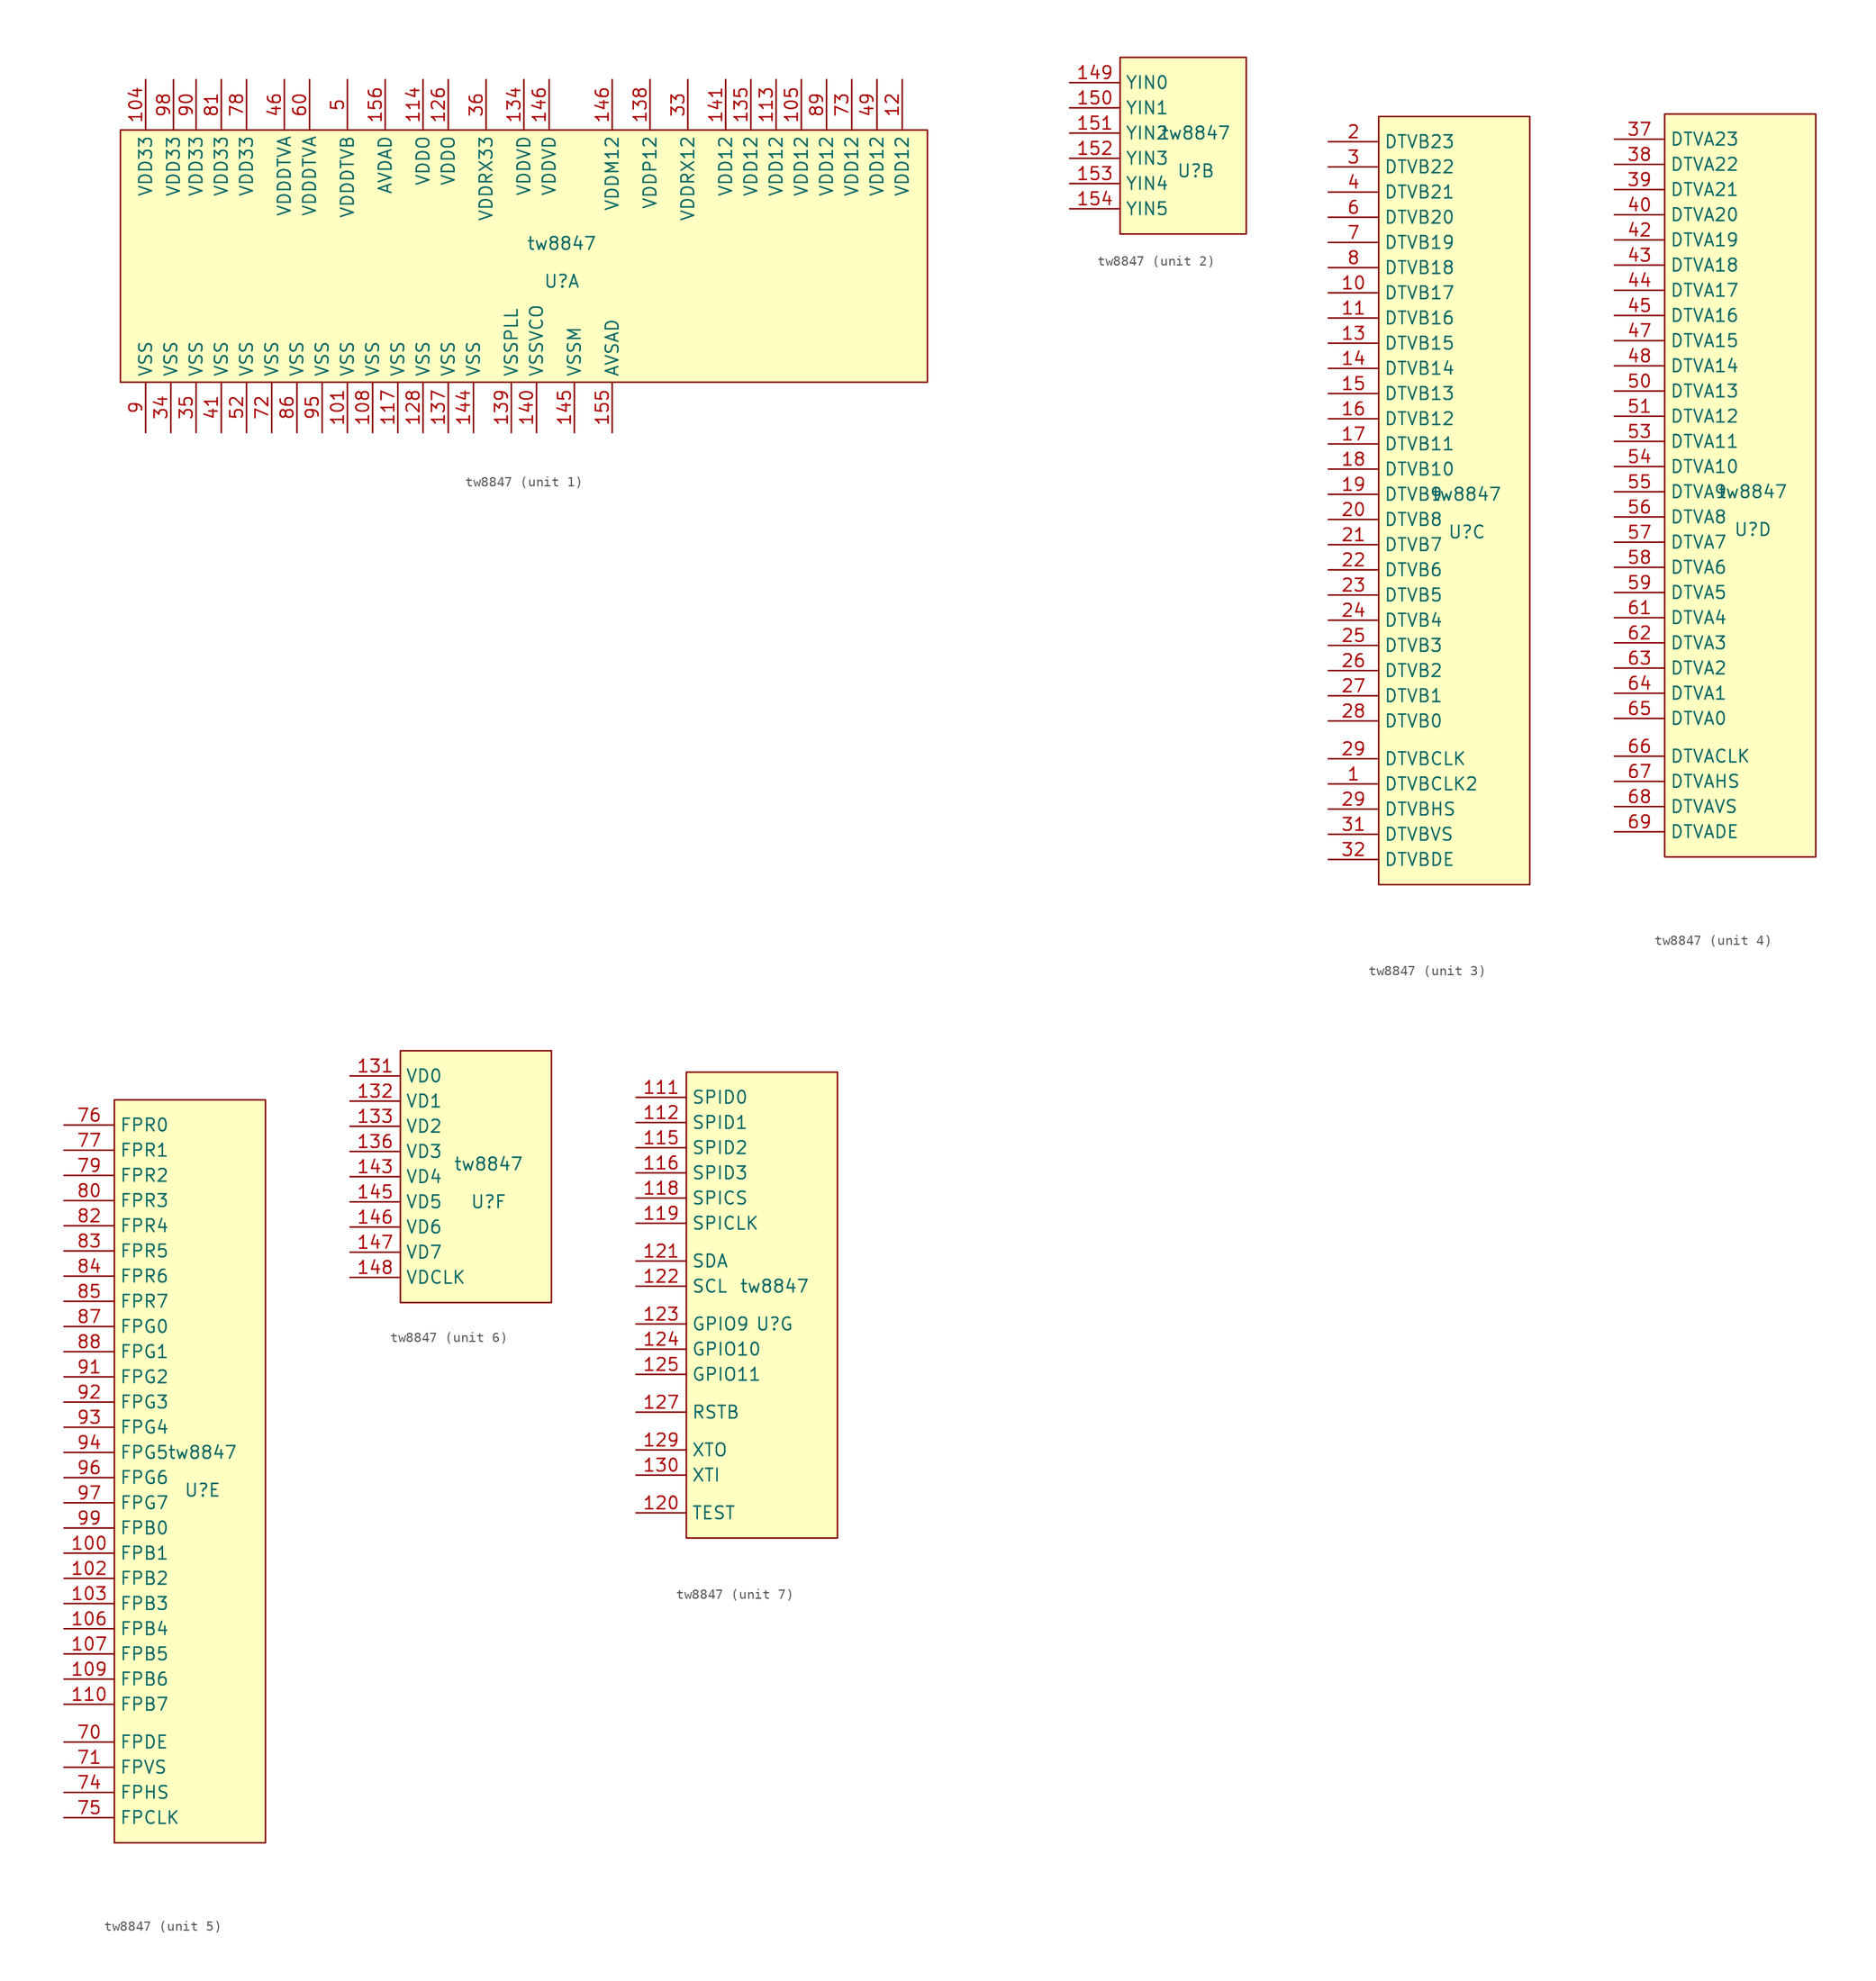
<source format=kicad_sym>
(kicad_symbol_lib
  (version 20220914)
  (generator kicad_symbol_editor)
  (symbol "tw8847"
    (property "Reference" "U"
      (at 1.27 -2.54 0)
      (effects (font (size 1.27 1.27))))
    (property "Value" "tw8847"
      (at 1.27 1.27 0)
      (effects (font (size 1.27 1.27))))
    (property "ki_locked" ""
      (at 0 0 0)
      (effects (font (size 1.27 1.27))))
    (symbol "tw8847_1_1"
      (rectangle (start -43.18 12.7) (end 38.1 -12.7) (stroke (width 0) (type default)) (fill (type background)))
      (pin power_in line (at -20.32 -17.78 90) (length 5.08) (name "VSS" (effects (font (size 1.27 1.27)))) (number "101" (effects (font (size 1.27 1.27)))))
      (pin power_in line (at -40.64 17.78 270) (length 5.08) (name "VDD33" (effects (font (size 1.27 1.27)))) (number "104" (effects (font (size 1.27 1.27)))))
      (pin power_in line (at 25.4 17.78 270) (length 5.08) (name "VDD12" (effects (font (size 1.27 1.27)))) (number "105" (effects (font (size 1.27 1.27)))))
      (pin power_in line (at -17.78 -17.78 90) (length 5.08) (name "VSS" (effects (font (size 1.27 1.27)))) (number "108" (effects (font (size 1.27 1.27)))))
      (pin power_in line (at 22.86 17.78 270) (length 5.08) (name "VDD12" (effects (font (size 1.27 1.27)))) (number "113" (effects (font (size 1.27 1.27)))))
      (pin power_in line (at -12.7 17.78 270) (length 5.08) (name "VDDO" (effects (font (size 1.27 1.27)))) (number "114" (effects (font (size 1.27 1.27)))))
      (pin power_in line (at -15.24 -17.78 90) (length 5.08) (name "VSS" (effects (font (size 1.27 1.27)))) (number "117" (effects (font (size 1.27 1.27)))))
      (pin power_in line (at 35.56 17.78 270) (length 5.08) (name "VDD12" (effects (font (size 1.27 1.27)))) (number "12" (effects (font (size 1.27 1.27)))))
      (pin power_in line (at -10.16 17.78 270) (length 5.08) (name "VDDO" (effects (font (size 1.27 1.27)))) (number "126" (effects (font (size 1.27 1.27)))))
      (pin power_in line (at -12.7 -17.78 90) (length 5.08) (name "VSS" (effects (font (size 1.27 1.27)))) (number "128" (effects (font (size 1.27 1.27)))))
      (pin power_in line (at -2.54 17.78 270) (length 5.08) (name "VDDVD" (effects (font (size 1.27 1.27)))) (number "134" (effects (font (size 1.27 1.27)))))
      (pin power_in line (at 20.32 17.78 270) (length 5.08) (name "VDD12" (effects (font (size 1.27 1.27)))) (number "135" (effects (font (size 1.27 1.27)))))
      (pin power_in line (at -10.16 -17.78 90) (length 5.08) (name "VSS" (effects (font (size 1.27 1.27)))) (number "137" (effects (font (size 1.27 1.27)))))
      (pin power_in line (at 10.16 17.78 270) (length 5.08) (name "VDDP12" (effects (font (size 1.27 1.27)))) (number "138" (effects (font (size 1.27 1.27)))))
      (pin power_in line (at -3.81 -17.78 90) (length 5.08) (name "VSSPLL" (effects (font (size 1.27 1.27)))) (number "139" (effects (font (size 1.27 1.27)))))
      (pin power_in line (at -1.27 -17.78 90) (length 5.08) (name "VSSVCO" (effects (font (size 1.27 1.27)))) (number "140" (effects (font (size 1.27 1.27)))))
      (pin power_in line (at 17.78 17.78 270) (length 5.08) (name "VDD12" (effects (font (size 1.27 1.27)))) (number "141" (effects (font (size 1.27 1.27)))))
      (pin power_in line (at -7.62 -17.78 90) (length 5.08) (name "VSS" (effects (font (size 1.27 1.27)))) (number "144" (effects (font (size 1.27 1.27)))))
      (pin power_in line (at 2.54 -17.78 90) (length 5.08) (name "VSSM" (effects (font (size 1.27 1.27)))) (number "145" (effects (font (size 1.27 1.27)))))
      (pin power_in line (at 6.35 17.78 270) (length 5.08) (name "VDDM12" (effects (font (size 1.27 1.27)))) (number "146" (effects (font (size 1.27 1.27)))))
      (pin power_in line (at 0 17.78 270) (length 5.08) (name "VDDVD" (effects (font (size 1.27 1.27)))) (number "146" (effects (font (size 1.27 1.27)))))
      (pin power_in line (at 6.35 -17.78 90) (length 5.08) (name "AVSAD" (effects (font (size 1.27 1.27)))) (number "155" (effects (font (size 1.27 1.27)))))
      (pin power_in line (at -16.51 17.78 270) (length 5.08) (name "AVDAD" (effects (font (size 1.27 1.27)))) (number "156" (effects (font (size 1.27 1.27)))))
      (pin power_in line (at 13.97 17.78 270) (length 5.08) (name "VDDRX12" (effects (font (size 1.27 1.27)))) (number "33" (effects (font (size 1.27 1.27)))))
      (pin power_in line (at -38.1 -17.78 90) (length 5.08) (name "VSS" (effects (font (size 1.27 1.27)))) (number "34" (effects (font (size 1.27 1.27)))))
      (pin power_in line (at -35.56 -17.78 90) (length 5.08) (name "VSS" (effects (font (size 1.27 1.27)))) (number "35" (effects (font (size 1.27 1.27)))))
      (pin power_in line (at -6.35 17.78 270) (length 5.08) (name "VDDRX33" (effects (font (size 1.27 1.27)))) (number "36" (effects (font (size 1.27 1.27)))))
      (pin power_in line (at -33.02 -17.78 90) (length 5.08) (name "VSS" (effects (font (size 1.27 1.27)))) (number "41" (effects (font (size 1.27 1.27)))))
      (pin power_in line (at -26.67 17.78 270) (length 5.08) (name "VDDDTVA" (effects (font (size 1.27 1.27)))) (number "46" (effects (font (size 1.27 1.27)))))
      (pin power_in line (at 33.02 17.78 270) (length 5.08) (name "VDD12" (effects (font (size 1.27 1.27)))) (number "49" (effects (font (size 1.27 1.27)))))
      (pin power_in line (at -20.32 17.78 270) (length 5.08) (name "VDDDTVB" (effects (font (size 1.27 1.27)))) (number "5" (effects (font (size 1.27 1.27)))))
      (pin power_in line (at -30.48 -17.78 90) (length 5.08) (name "VSS" (effects (font (size 1.27 1.27)))) (number "52" (effects (font (size 1.27 1.27)))))
      (pin power_in line (at -24.13 17.78 270) (length 5.08) (name "VDDDTVA" (effects (font (size 1.27 1.27)))) (number "60" (effects (font (size 1.27 1.27)))))
      (pin power_in line (at -27.94 -17.78 90) (length 5.08) (name "VSS" (effects (font (size 1.27 1.27)))) (number "72" (effects (font (size 1.27 1.27)))))
      (pin power_in line (at 30.48 17.78 270) (length 5.08) (name "VDD12" (effects (font (size 1.27 1.27)))) (number "73" (effects (font (size 1.27 1.27)))))
      (pin power_in line (at -30.48 17.78 270) (length 5.08) (name "VDD33" (effects (font (size 1.27 1.27)))) (number "78" (effects (font (size 1.27 1.27)))))
      (pin power_in line (at -33.02 17.78 270) (length 5.08) (name "VDD33" (effects (font (size 1.27 1.27)))) (number "81" (effects (font (size 1.27 1.27)))))
      (pin power_in line (at -25.4 -17.78 90) (length 5.08) (name "VSS" (effects (font (size 1.27 1.27)))) (number "86" (effects (font (size 1.27 1.27)))))
      (pin power_in line (at 27.94 17.78 270) (length 5.08) (name "VDD12" (effects (font (size 1.27 1.27)))) (number "89" (effects (font (size 1.27 1.27)))))
      (pin power_in line (at -40.64 -17.78 90) (length 5.08) (name "VSS" (effects (font (size 1.27 1.27)))) (number "9" (effects (font (size 1.27 1.27)))))
      (pin power_in line (at -35.56 17.78 270) (length 5.08) (name "VDD33" (effects (font (size 1.27 1.27)))) (number "90" (effects (font (size 1.27 1.27)))))
      (pin power_in line (at -22.86 -17.78 90) (length 5.08) (name "VSS" (effects (font (size 1.27 1.27)))) (number "95" (effects (font (size 1.27 1.27)))))
      (pin power_in line (at -37.835 17.764 270) (length 5.08) (name "VDD33" (effects (font (size 1.27 1.27)))) (number "98" (effects (font (size 1.27 1.27))))))
    (symbol "tw8847_2_1"
      (rectangle (start -6.35 8.89) (end 6.35 -8.89) (stroke (width 0) (type default)) (fill (type background)))
      (pin input line (at -11.43 6.35 0) (length 5.08) (name "YIN0" (effects (font (size 1.27 1.27)))) (number "149" (effects (font (size 1.27 1.27)))))
      (pin input line (at -11.43 3.81 0) (length 5.08) (name "YIN1" (effects (font (size 1.27 1.27)))) (number "150" (effects (font (size 1.27 1.27)))))
      (pin input line (at -11.43 1.27 0) (length 5.08) (name "YIN2" (effects (font (size 1.27 1.27)))) (number "151" (effects (font (size 1.27 1.27)))))
      (pin input line (at -11.43 -1.27 0) (length 5.08) (name "YIN3" (effects (font (size 1.27 1.27)))) (number "152" (effects (font (size 1.27 1.27)))))
      (pin input line (at -11.43 -3.81 0) (length 5.08) (name "YIN4" (effects (font (size 1.27 1.27)))) (number "153" (effects (font (size 1.27 1.27)))))
      (pin input line (at -11.43 -6.35 0) (length 5.08) (name "YIN5" (effects (font (size 1.27 1.27)))) (number "154" (effects (font (size 1.27 1.27))))))
    (symbol "tw8847_3_1"
      (rectangle (start -7.62 39.37) (end 7.62 -38.1) (stroke (width 0) (type default)) (fill (type background)))
      (pin input line (at -12.7 -27.94 0) (length 5.08) (name "DTVBCLK2" (effects (font (size 1.27 1.27)))) (number "1" (effects (font (size 1.27 1.27)))))
      (pin input line (at -12.7 21.59 0) (length 5.08) (name "DTVB17" (effects (font (size 1.27 1.27)))) (number "10" (effects (font (size 1.27 1.27)))))
      (pin input line (at -12.7 19.05 0) (length 5.08) (name "DTVB16" (effects (font (size 1.27 1.27)))) (number "11" (effects (font (size 1.27 1.27)))))
      (pin input line (at -12.7 16.51 0) (length 5.08) (name "DTVB15" (effects (font (size 1.27 1.27)))) (number "13" (effects (font (size 1.27 1.27)))))
      (pin input line (at -12.7 13.97 0) (length 5.08) (name "DTVB14" (effects (font (size 1.27 1.27)))) (number "14" (effects (font (size 1.27 1.27)))))
      (pin input line (at -12.7 11.43 0) (length 5.08) (name "DTVB13" (effects (font (size 1.27 1.27)))) (number "15" (effects (font (size 1.27 1.27)))))
      (pin input line (at -12.7 8.89 0) (length 5.08) (name "DTVB12" (effects (font (size 1.27 1.27)))) (number "16" (effects (font (size 1.27 1.27)))))
      (pin input line (at -12.7 6.35 0) (length 5.08) (name "DTVB11" (effects (font (size 1.27 1.27)))) (number "17" (effects (font (size 1.27 1.27)))))
      (pin input line (at -12.7 3.81 0) (length 5.08) (name "DTVB10" (effects (font (size 1.27 1.27)))) (number "18" (effects (font (size 1.27 1.27)))))
      (pin input line (at -12.7 1.27 0) (length 5.08) (name "DTVB9" (effects (font (size 1.27 1.27)))) (number "19" (effects (font (size 1.27 1.27)))))
      (pin input line (at -12.7 36.83 0) (length 5.08) (name "DTVB23" (effects (font (size 1.27 1.27)))) (number "2" (effects (font (size 1.27 1.27)))))
      (pin input line (at -12.7 -1.27 0) (length 5.08) (name "DTVB8" (effects (font (size 1.27 1.27)))) (number "20" (effects (font (size 1.27 1.27)))))
      (pin input line (at -12.7 -3.81 0) (length 5.08) (name "DTVB7" (effects (font (size 1.27 1.27)))) (number "21" (effects (font (size 1.27 1.27)))))
      (pin input line (at -12.7 -6.35 0) (length 5.08) (name "DTVB6" (effects (font (size 1.27 1.27)))) (number "22" (effects (font (size 1.27 1.27)))))
      (pin input line (at -12.7 -8.89 0) (length 5.08) (name "DTVB5" (effects (font (size 1.27 1.27)))) (number "23" (effects (font (size 1.27 1.27)))))
      (pin input line (at -12.7 -11.43 0) (length 5.08) (name "DTVB4" (effects (font (size 1.27 1.27)))) (number "24" (effects (font (size 1.27 1.27)))))
      (pin input line (at -12.7 -13.97 0) (length 5.08) (name "DTVB3" (effects (font (size 1.27 1.27)))) (number "25" (effects (font (size 1.27 1.27)))))
      (pin input line (at -12.7 -16.51 0) (length 5.08) (name "DTVB2" (effects (font (size 1.27 1.27)))) (number "26" (effects (font (size 1.27 1.27)))))
      (pin input line (at -12.7 -19.05 0) (length 5.08) (name "DTVB1" (effects (font (size 1.27 1.27)))) (number "27" (effects (font (size 1.27 1.27)))))
      (pin input line (at -12.7 -21.59 0) (length 5.08) (name "DTVB0" (effects (font (size 1.27 1.27)))) (number "28" (effects (font (size 1.27 1.27)))))
      (pin input line (at -12.7 -25.4 0) (length 5.08) (name "DTVBCLK" (effects (font (size 1.27 1.27)))) (number "29" (effects (font (size 1.27 1.27)))))
      (pin input line (at -12.7 -30.48 0) (length 5.08) (name "DTVBHS" (effects (font (size 1.27 1.27)))) (number "29" (effects (font (size 1.27 1.27)))))
      (pin input line (at -12.7 34.29 0) (length 5.08) (name "DTVB22" (effects (font (size 1.27 1.27)))) (number "3" (effects (font (size 1.27 1.27)))))
      (pin input line (at -12.7 -33.02 0) (length 5.08) (name "DTVBVS" (effects (font (size 1.27 1.27)))) (number "31" (effects (font (size 1.27 1.27)))))
      (pin input line (at -12.7 -35.56 0) (length 5.08) (name "DTVBDE" (effects (font (size 1.27 1.27)))) (number "32" (effects (font (size 1.27 1.27)))))
      (pin input line (at -12.7 31.75 0) (length 5.08) (name "DTVB21" (effects (font (size 1.27 1.27)))) (number "4" (effects (font (size 1.27 1.27)))))
      (pin input line (at -12.7 29.21 0) (length 5.08) (name "DTVB20" (effects (font (size 1.27 1.27)))) (number "6" (effects (font (size 1.27 1.27)))))
      (pin input line (at -12.7 26.67 0) (length 5.08) (name "DTVB19" (effects (font (size 1.27 1.27)))) (number "7" (effects (font (size 1.27 1.27)))))
      (pin input line (at -12.7 24.13 0) (length 5.08) (name "DTVB18" (effects (font (size 1.27 1.27)))) (number "8" (effects (font (size 1.27 1.27))))))
    (symbol "tw8847_4_1"
      (rectangle (start -7.62 39.37) (end 7.62 -35.56) (stroke (width 0) (type default)) (fill (type background)))
      (pin input line (at -12.7 36.83 0) (length 5.08) (name "DTVA23" (effects (font (size 1.27 1.27)))) (number "37" (effects (font (size 1.27 1.27)))))
      (pin input line (at -12.7 34.29 0) (length 5.08) (name "DTVA22" (effects (font (size 1.27 1.27)))) (number "38" (effects (font (size 1.27 1.27)))))
      (pin input line (at -12.7 31.75 0) (length 5.08) (name "DTVA21" (effects (font (size 1.27 1.27)))) (number "39" (effects (font (size 1.27 1.27)))))
      (pin input line (at -12.7 29.21 0) (length 5.08) (name "DTVA20" (effects (font (size 1.27 1.27)))) (number "40" (effects (font (size 1.27 1.27)))))
      (pin input line (at -12.7 26.67 0) (length 5.08) (name "DTVA19" (effects (font (size 1.27 1.27)))) (number "42" (effects (font (size 1.27 1.27)))))
      (pin input line (at -12.7 24.13 0) (length 5.08) (name "DTVA18" (effects (font (size 1.27 1.27)))) (number "43" (effects (font (size 1.27 1.27)))))
      (pin input line (at -12.7 21.59 0) (length 5.08) (name "DTVA17" (effects (font (size 1.27 1.27)))) (number "44" (effects (font (size 1.27 1.27)))))
      (pin input line (at -12.7 19.05 0) (length 5.08) (name "DTVA16" (effects (font (size 1.27 1.27)))) (number "45" (effects (font (size 1.27 1.27)))))
      (pin input line (at -12.7 16.51 0) (length 5.08) (name "DTVA15" (effects (font (size 1.27 1.27)))) (number "47" (effects (font (size 1.27 1.27)))))
      (pin input line (at -12.7 13.97 0) (length 5.08) (name "DTVA14" (effects (font (size 1.27 1.27)))) (number "48" (effects (font (size 1.27 1.27)))))
      (pin input line (at -12.7 11.43 0) (length 5.08) (name "DTVA13" (effects (font (size 1.27 1.27)))) (number "50" (effects (font (size 1.27 1.27)))))
      (pin input line (at -12.7 8.89 0) (length 5.08) (name "DTVA12" (effects (font (size 1.27 1.27)))) (number "51" (effects (font (size 1.27 1.27)))))
      (pin input line (at -12.7 6.35 0) (length 5.08) (name "DTVA11" (effects (font (size 1.27 1.27)))) (number "53" (effects (font (size 1.27 1.27)))))
      (pin input line (at -12.7 3.81 0) (length 5.08) (name "DTVA10" (effects (font (size 1.27 1.27)))) (number "54" (effects (font (size 1.27 1.27)))))
      (pin input line (at -12.7 1.27 0) (length 5.08) (name "DTVA9" (effects (font (size 1.27 1.27)))) (number "55" (effects (font (size 1.27 1.27)))))
      (pin input line (at -12.7 -1.27 0) (length 5.08) (name "DTVA8" (effects (font (size 1.27 1.27)))) (number "56" (effects (font (size 1.27 1.27)))))
      (pin input line (at -12.7 -3.81 0) (length 5.08) (name "DTVA7" (effects (font (size 1.27 1.27)))) (number "57" (effects (font (size 1.27 1.27)))))
      (pin input line (at -12.7 -6.35 0) (length 5.08) (name "DTVA6" (effects (font (size 1.27 1.27)))) (number "58" (effects (font (size 1.27 1.27)))))
      (pin input line (at -12.7 -8.89 0) (length 5.08) (name "DTVA5" (effects (font (size 1.27 1.27)))) (number "59" (effects (font (size 1.27 1.27)))))
      (pin input line (at -12.7 -11.43 0) (length 5.08) (name "DTVA4" (effects (font (size 1.27 1.27)))) (number "61" (effects (font (size 1.27 1.27)))))
      (pin input line (at -12.7 -13.97 0) (length 5.08) (name "DTVA3" (effects (font (size 1.27 1.27)))) (number "62" (effects (font (size 1.27 1.27)))))
      (pin input line (at -12.7 -16.51 0) (length 5.08) (name "DTVA2" (effects (font (size 1.27 1.27)))) (number "63" (effects (font (size 1.27 1.27)))))
      (pin input line (at -12.7 -19.05 0) (length 5.08) (name "DTVA1" (effects (font (size 1.27 1.27)))) (number "64" (effects (font (size 1.27 1.27)))))
      (pin input line (at -12.7 -21.59 0) (length 5.08) (name "DTVA0" (effects (font (size 1.27 1.27)))) (number "65" (effects (font (size 1.27 1.27)))))
      (pin input line (at -12.7 -25.4 0) (length 5.08) (name "DTVACLK" (effects (font (size 1.27 1.27)))) (number "66" (effects (font (size 1.27 1.27)))))
      (pin input line (at -12.7 -27.94 0) (length 5.08) (name "DTVAHS" (effects (font (size 1.27 1.27)))) (number "67" (effects (font (size 1.27 1.27)))))
      (pin input line (at -12.7 -30.48 0) (length 5.08) (name "DTVAVS" (effects (font (size 1.27 1.27)))) (number "68" (effects (font (size 1.27 1.27)))))
      (pin input line (at -12.7 -33.02 0) (length 5.08) (name "DTVADE" (effects (font (size 1.27 1.27)))) (number "69" (effects (font (size 1.27 1.27))))))
    (symbol "tw8847_5_1"
      (rectangle (start -7.62 36.83) (end 7.62 -38.1) (stroke (width 0) (type default)) (fill (type background)))
      (pin output line (at -12.7 -8.89 0) (length 5.08) (name "FPB1" (effects (font (size 1.27 1.27)))) (number "100" (effects (font (size 1.27 1.27)))))
      (pin output line (at -12.7 -11.43 0) (length 5.08) (name "FPB2" (effects (font (size 1.27 1.27)))) (number "102" (effects (font (size 1.27 1.27)))))
      (pin output line (at -12.7 -13.97 0) (length 5.08) (name "FPB3" (effects (font (size 1.27 1.27)))) (number "103" (effects (font (size 1.27 1.27)))))
      (pin output line (at -12.7 -16.51 0) (length 5.08) (name "FPB4" (effects (font (size 1.27 1.27)))) (number "106" (effects (font (size 1.27 1.27)))))
      (pin output line (at -12.7 -19.05 0) (length 5.08) (name "FPB5" (effects (font (size 1.27 1.27)))) (number "107" (effects (font (size 1.27 1.27)))))
      (pin output line (at -12.7 -21.59 0) (length 5.08) (name "FPB6" (effects (font (size 1.27 1.27)))) (number "109" (effects (font (size 1.27 1.27)))))
      (pin output line (at -12.7 -24.13 0) (length 5.08) (name "FPB7" (effects (font (size 1.27 1.27)))) (number "110" (effects (font (size 1.27 1.27)))))
      (pin input line (at -12.7 -27.94 0) (length 5.08) (name "FPDE" (effects (font (size 1.27 1.27)))) (number "70" (effects (font (size 1.27 1.27)))))
      (pin input line (at -12.7 -30.48 0) (length 5.08) (name "FPVS" (effects (font (size 1.27 1.27)))) (number "71" (effects (font (size 1.27 1.27)))))
      (pin input line (at -12.7 -33.02 0) (length 5.08) (name "FPHS" (effects (font (size 1.27 1.27)))) (number "74" (effects (font (size 1.27 1.27)))))
      (pin input line (at -12.7 -35.56 0) (length 5.08) (name "FPCLK" (effects (font (size 1.27 1.27)))) (number "75" (effects (font (size 1.27 1.27)))))
      (pin output line (at -12.7 34.29 0) (length 5.08) (name "FPR0" (effects (font (size 1.27 1.27)))) (number "76" (effects (font (size 1.27 1.27)))))
      (pin output line (at -12.7 31.75 0) (length 5.08) (name "FPR1" (effects (font (size 1.27 1.27)))) (number "77" (effects (font (size 1.27 1.27)))))
      (pin output line (at -12.7 29.21 0) (length 5.08) (name "FPR2" (effects (font (size 1.27 1.27)))) (number "79" (effects (font (size 1.27 1.27)))))
      (pin output line (at -12.7 26.67 0) (length 5.08) (name "FPR3" (effects (font (size 1.27 1.27)))) (number "80" (effects (font (size 1.27 1.27)))))
      (pin output line (at -12.7 24.13 0) (length 5.08) (name "FPR4" (effects (font (size 1.27 1.27)))) (number "82" (effects (font (size 1.27 1.27)))))
      (pin output line (at -12.7 21.59 0) (length 5.08) (name "FPR5" (effects (font (size 1.27 1.27)))) (number "83" (effects (font (size 1.27 1.27)))))
      (pin output line (at -12.7 19.05 0) (length 5.08) (name "FPR6" (effects (font (size 1.27 1.27)))) (number "84" (effects (font (size 1.27 1.27)))))
      (pin output line (at -12.7 16.51 0) (length 5.08) (name "FPR7" (effects (font (size 1.27 1.27)))) (number "85" (effects (font (size 1.27 1.27)))))
      (pin output line (at -12.7 13.97 0) (length 5.08) (name "FPG0" (effects (font (size 1.27 1.27)))) (number "87" (effects (font (size 1.27 1.27)))))
      (pin output line (at -12.7 11.43 0) (length 5.08) (name "FPG1" (effects (font (size 1.27 1.27)))) (number "88" (effects (font (size 1.27 1.27)))))
      (pin output line (at -12.7 8.89 0) (length 5.08) (name "FPG2" (effects (font (size 1.27 1.27)))) (number "91" (effects (font (size 1.27 1.27)))))
      (pin output line (at -12.7 6.35 0) (length 5.08) (name "FPG3" (effects (font (size 1.27 1.27)))) (number "92" (effects (font (size 1.27 1.27)))))
      (pin output line (at -12.7 3.81 0) (length 5.08) (name "FPG4" (effects (font (size 1.27 1.27)))) (number "93" (effects (font (size 1.27 1.27)))))
      (pin output line (at -12.7 1.27 0) (length 5.08) (name "FPG5" (effects (font (size 1.27 1.27)))) (number "94" (effects (font (size 1.27 1.27)))))
      (pin output line (at -12.7 -1.27 0) (length 5.08) (name "FPG6" (effects (font (size 1.27 1.27)))) (number "96" (effects (font (size 1.27 1.27)))))
      (pin output line (at -12.7 -3.81 0) (length 5.08) (name "FPG7" (effects (font (size 1.27 1.27)))) (number "97" (effects (font (size 1.27 1.27)))))
      (pin output line (at -12.7 -6.35 0) (length 5.08) (name "FPB0" (effects (font (size 1.27 1.27)))) (number "99" (effects (font (size 1.27 1.27))))))
    (symbol "tw8847_6_1"
      (rectangle (start -7.62 12.7) (end 7.62 -12.7) (stroke (width 0) (type default)) (fill (type background)))
      (pin output line (at -12.7 10.16 0) (length 5.08) (name "VD0" (effects (font (size 1.27 1.27)))) (number "131" (effects (font (size 1.27 1.27)))))
      (pin output line (at -12.7 7.62 0) (length 5.08) (name "VD1" (effects (font (size 1.27 1.27)))) (number "132" (effects (font (size 1.27 1.27)))))
      (pin output line (at -12.7 5.08 0) (length 5.08) (name "VD2" (effects (font (size 1.27 1.27)))) (number "133" (effects (font (size 1.27 1.27)))))
      (pin output line (at -12.7 2.54 0) (length 5.08) (name "VD3" (effects (font (size 1.27 1.27)))) (number "136" (effects (font (size 1.27 1.27)))))
      (pin output line (at -12.7 0 0) (length 5.08) (name "VD4" (effects (font (size 1.27 1.27)))) (number "143" (effects (font (size 1.27 1.27)))))
      (pin output line (at -12.7 -2.54 0) (length 5.08) (name "VD5" (effects (font (size 1.27 1.27)))) (number "145" (effects (font (size 1.27 1.27)))))
      (pin output line (at -12.7 -5.08 0) (length 5.08) (name "VD6" (effects (font (size 1.27 1.27)))) (number "146" (effects (font (size 1.27 1.27)))))
      (pin output line (at -12.7 -7.62 0) (length 5.08) (name "VD7" (effects (font (size 1.27 1.27)))) (number "147" (effects (font (size 1.27 1.27)))))
      (pin output line (at -12.7 -10.16 0) (length 5.08) (name "VDCLK" (effects (font (size 1.27 1.27)))) (number "148" (effects (font (size 1.27 1.27))))))
    (symbol "tw8847_7_1"
      (rectangle (start -7.62 22.86) (end 7.62 -24.13) (stroke (width 0) (type default)) (fill (type background)))
      (pin output line (at -12.7 20.32 0) (length 5.08) (name "SPID0" (effects (font (size 1.27 1.27)))) (number "111" (effects (font (size 1.27 1.27)))))
      (pin output line (at -12.7 17.78 0) (length 5.08) (name "SPID1" (effects (font (size 1.27 1.27)))) (number "112" (effects (font (size 1.27 1.27)))))
      (pin output line (at -12.7 15.24 0) (length 5.08) (name "SPID2" (effects (font (size 1.27 1.27)))) (number "115" (effects (font (size 1.27 1.27)))))
      (pin output line (at -12.7 12.7 0) (length 5.08) (name "SPID3" (effects (font (size 1.27 1.27)))) (number "116" (effects (font (size 1.27 1.27)))))
      (pin output line (at -12.7 10.16 0) (length 5.08) (name "SPICS" (effects (font (size 1.27 1.27)))) (number "118" (effects (font (size 1.27 1.27)))))
      (pin output line (at -12.7 7.62 0) (length 5.08) (name "SPICLK" (effects (font (size 1.27 1.27)))) (number "119" (effects (font (size 1.27 1.27)))))
      (pin input line (at -12.7 -21.59 0) (length 5.08) (name "TEST" (effects (font (size 1.27 1.27)))) (number "120" (effects (font (size 1.27 1.27)))))
      (pin output line (at -12.7 3.81 0) (length 5.08) (name "SDA" (effects (font (size 1.27 1.27)))) (number "121" (effects (font (size 1.27 1.27)))))
      (pin output line (at -12.7 1.27 0) (length 5.08) (name "SCL" (effects (font (size 1.27 1.27)))) (number "122" (effects (font (size 1.27 1.27)))))
      (pin output line (at -12.7 -2.54 0) (length 5.08) (name "GPIO9" (effects (font (size 1.27 1.27)))) (number "123" (effects (font (size 1.27 1.27)))))
      (pin output line (at -12.7 -5.08 0) (length 5.08) (name "GPIO10" (effects (font (size 1.27 1.27)))) (number "124" (effects (font (size 1.27 1.27)))))
      (pin output line (at -12.7 -7.62 0) (length 5.08) (name "GPIO11" (effects (font (size 1.27 1.27)))) (number "125" (effects (font (size 1.27 1.27)))))
      (pin output line (at -12.7 -11.43 0) (length 5.08) (name "RSTB" (effects (font (size 1.27 1.27)))) (number "127" (effects (font (size 1.27 1.27)))))
      (pin output line (at -12.7 -15.24 0) (length 5.08) (name "XTO" (effects (font (size 1.27 1.27)))) (number "129" (effects (font (size 1.27 1.27)))))
      (pin output line (at -12.7 -17.78 0) (length 5.08) (name "XTI" (effects (font (size 1.27 1.27)))) (number "130" (effects (font (size 1.27 1.27))))))))
</source>
